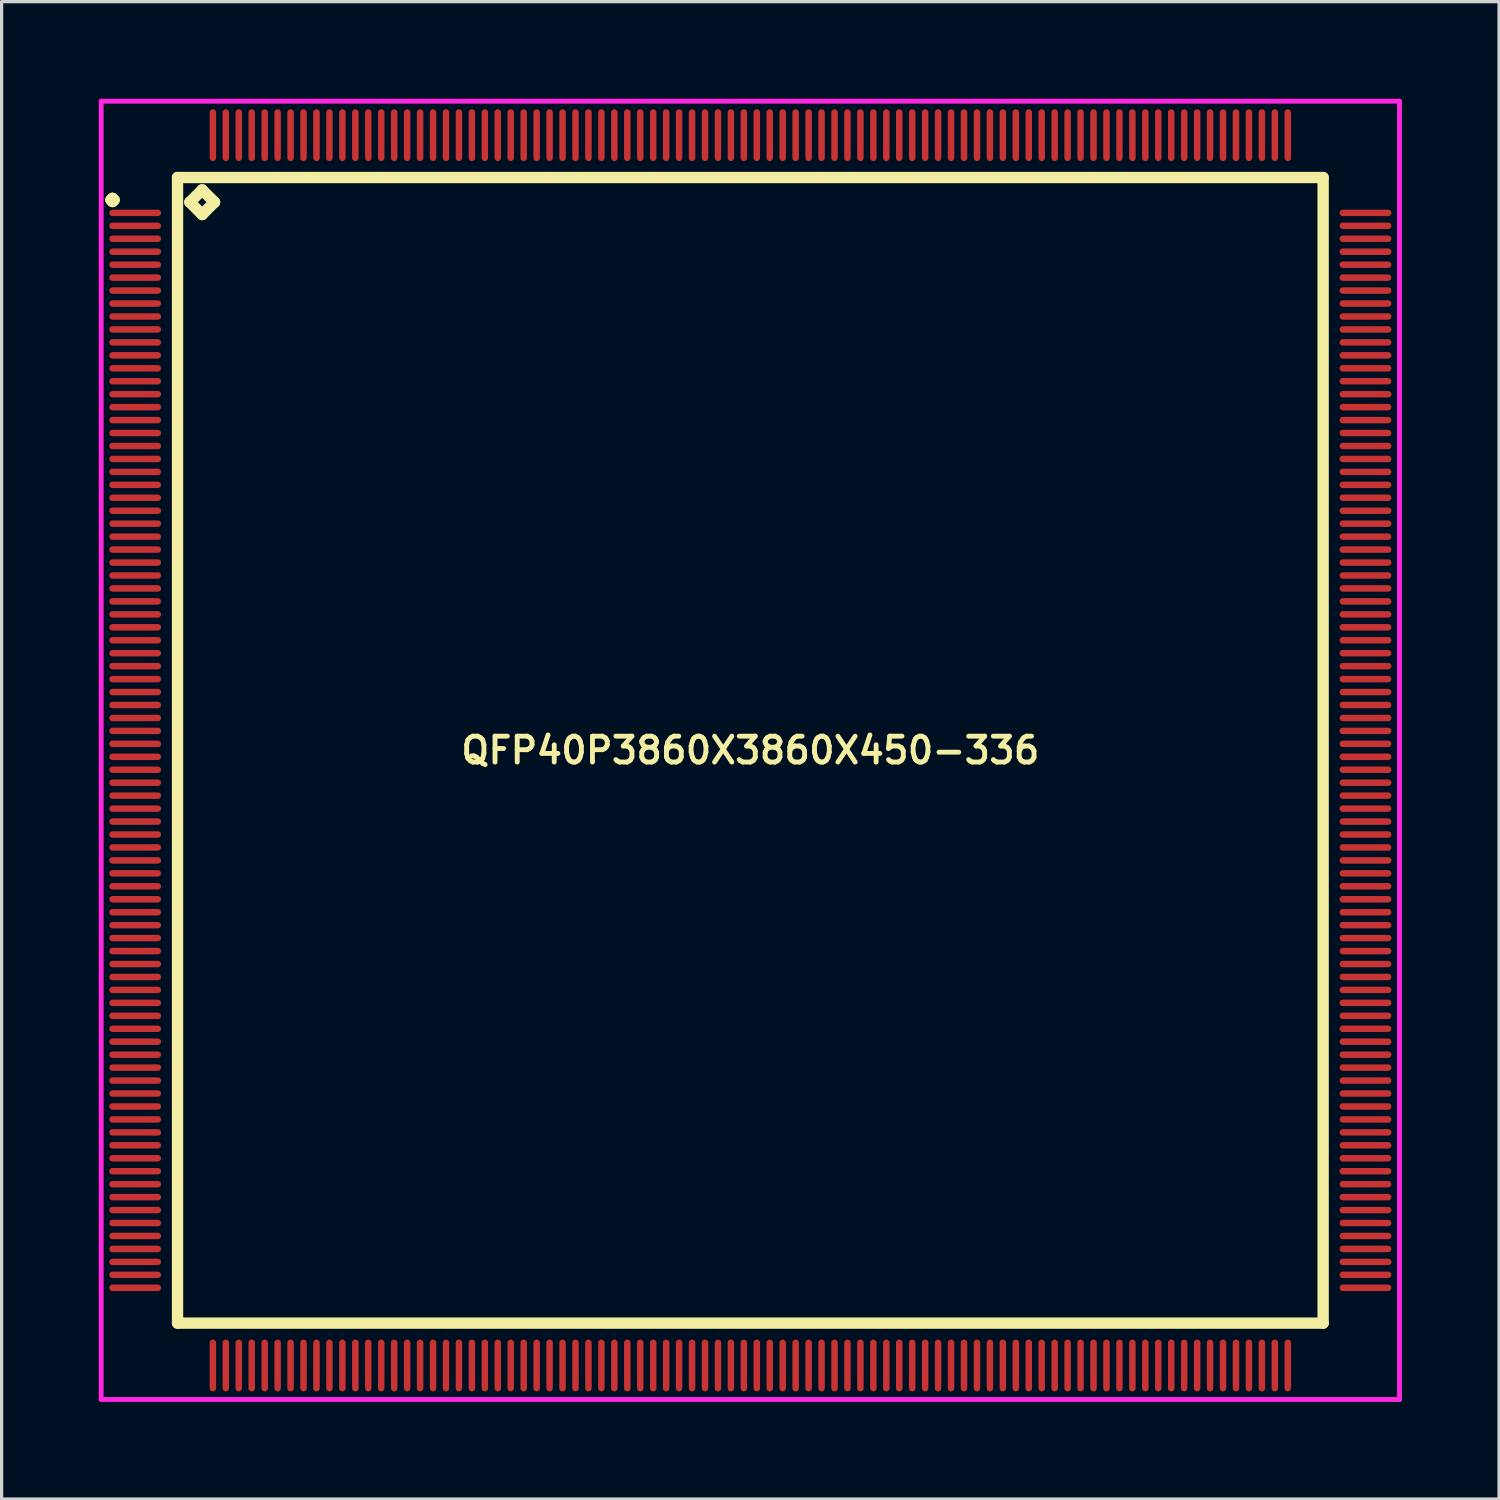
<source format=kicad_pcb>
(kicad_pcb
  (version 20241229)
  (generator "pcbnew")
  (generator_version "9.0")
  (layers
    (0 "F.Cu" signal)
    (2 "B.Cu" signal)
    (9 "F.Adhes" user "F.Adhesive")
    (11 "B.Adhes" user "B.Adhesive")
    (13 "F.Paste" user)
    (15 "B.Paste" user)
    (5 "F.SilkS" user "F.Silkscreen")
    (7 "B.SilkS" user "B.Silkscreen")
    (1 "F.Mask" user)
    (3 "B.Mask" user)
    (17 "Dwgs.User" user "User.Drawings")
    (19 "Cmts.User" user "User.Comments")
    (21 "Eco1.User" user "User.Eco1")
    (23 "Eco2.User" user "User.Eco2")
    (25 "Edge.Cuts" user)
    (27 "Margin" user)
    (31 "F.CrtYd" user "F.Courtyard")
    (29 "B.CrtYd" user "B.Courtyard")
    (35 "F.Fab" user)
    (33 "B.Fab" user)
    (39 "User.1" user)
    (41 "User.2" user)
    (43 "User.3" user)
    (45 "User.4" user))
  (footprint "QFP40P3860X3860X450-336"
    (layer "F.Cu")
    (at 20.125 20.125)
    (property "Reference" "QFP40P3860X3860X450-336" (at 0 0 0) (layer "F.SilkS") (effects (font (size 0.8 0.8) (thickness 0.15))))
    (attr smd)
    (fp_line (start -19.75 -17) (end -19.7 -17.05) (stroke (width 0.35) (type solid)) (layer "F.SilkS"))
    (fp_line (start -19.7 -17.05) (end -19.65 -17) (stroke (width 0.35) (type solid)) (layer "F.SilkS"))
    (fp_line (start -19.7 -16.95) (end -19.75 -17) (stroke (width 0.35) (type solid)) (layer "F.SilkS"))
    (fp_line (start -19.65 -17) (end -19.7 -16.95) (stroke (width 0.35) (type solid)) (layer "F.SilkS"))
    (fp_line (start -17.692 -17.692) (end -17.692 17.692) (stroke (width 0.35) (type solid)) (layer "F.SilkS"))
    (fp_line (start -17.692 17.692) (end 17.692 17.692) (stroke (width 0.35) (type solid)) (layer "F.SilkS"))
    (fp_line (start -17.311 -16.93) (end -16.93 -17.311) (stroke (width 0.35) (type solid)) (layer "F.SilkS"))
    (fp_line (start -16.93 -17.311) (end -16.549 -16.93) (stroke (width 0.35) (type solid)) (layer "F.SilkS"))
    (fp_line (start -16.93 -16.549) (end -17.311 -16.93) (stroke (width 0.35) (type solid)) (layer "F.SilkS"))
    (fp_line (start -16.549 -16.93) (end -16.93 -16.549) (stroke (width 0.35) (type solid)) (layer "F.SilkS"))
    (fp_line (start 17.692 -17.692) (end -17.692 -17.692) (stroke (width 0.35) (type solid)) (layer "F.SilkS"))
    (fp_line (start 17.692 17.692) (end 17.692 -17.692) (stroke (width 0.35) (type solid)) (layer "F.SilkS"))
    (fp_line (start -20.05 -20.05) (end 20.05 -20.05) (stroke (width 0.15) (type solid)) (layer "F.CrtYd"))
    (fp_line (start -20.05 20.05) (end -20.05 -20.05) (stroke (width 0.15) (type solid)) (layer "F.CrtYd"))
    (fp_line (start 20.05 -20.05) (end 20.05 20.05) (stroke (width 0.15) (type solid)) (layer "F.CrtYd"))
    (fp_line (start 20.05 20.05) (end -20.05 20.05) (stroke (width 0.15) (type solid)) (layer "F.CrtYd"))
    (pad "1" smd oval (at -19 -16.6) (size 1.6 0.2) (layers "F.Cu" "F.Mask" "F.Paste"))
    (pad "2" smd oval (at -19 -16.2) (size 1.6 0.2) (layers "F.Cu" "F.Mask" "F.Paste"))
    (pad "3" smd oval (at -19 -15.8) (size 1.6 0.2) (layers "F.Cu" "F.Mask" "F.Paste"))
    (pad "4" smd oval (at -19 -15.4) (size 1.6 0.2) (layers "F.Cu" "F.Mask" "F.Paste"))
    (pad "5" smd oval (at -19 -15) (size 1.6 0.2) (layers "F.Cu" "F.Mask" "F.Paste"))
    (pad "6" smd oval (at -19 -14.6) (size 1.6 0.2) (layers "F.Cu" "F.Mask" "F.Paste"))
    (pad "7" smd oval (at -19 -14.2) (size 1.6 0.2) (layers "F.Cu" "F.Mask" "F.Paste"))
    (pad "8" smd oval (at -19 -13.8) (size 1.6 0.2) (layers "F.Cu" "F.Mask" "F.Paste"))
    (pad "9" smd oval (at -19 -13.4) (size 1.6 0.2) (layers "F.Cu" "F.Mask" "F.Paste"))
    (pad "10" smd oval (at -19 -13) (size 1.6 0.2) (layers "F.Cu" "F.Mask" "F.Paste"))
    (pad "11" smd oval (at -19 -12.6) (size 1.6 0.2) (layers "F.Cu" "F.Mask" "F.Paste"))
    (pad "12" smd oval (at -19 -12.2) (size 1.6 0.2) (layers "F.Cu" "F.Mask" "F.Paste"))
    (pad "13" smd oval (at -19 -11.8) (size 1.6 0.2) (layers "F.Cu" "F.Mask" "F.Paste"))
    (pad "14" smd oval (at -19 -11.4) (size 1.6 0.2) (layers "F.Cu" "F.Mask" "F.Paste"))
    (pad "15" smd oval (at -19 -11) (size 1.6 0.2) (layers "F.Cu" "F.Mask" "F.Paste"))
    (pad "16" smd oval (at -19 -10.6) (size 1.6 0.2) (layers "F.Cu" "F.Mask" "F.Paste"))
    (pad "17" smd oval (at -19 -10.2) (size 1.6 0.2) (layers "F.Cu" "F.Mask" "F.Paste"))
    (pad "18" smd oval (at -19 -9.8) (size 1.6 0.2) (layers "F.Cu" "F.Mask" "F.Paste"))
    (pad "19" smd oval (at -19 -9.4) (size 1.6 0.2) (layers "F.Cu" "F.Mask" "F.Paste"))
    (pad "20" smd oval (at -19 -9) (size 1.6 0.2) (layers "F.Cu" "F.Mask" "F.Paste"))
    (pad "21" smd oval (at -19 -8.6) (size 1.6 0.2) (layers "F.Cu" "F.Mask" "F.Paste"))
    (pad "22" smd oval (at -19 -8.2) (size 1.6 0.2) (layers "F.Cu" "F.Mask" "F.Paste"))
    (pad "23" smd oval (at -19 -7.8) (size 1.6 0.2) (layers "F.Cu" "F.Mask" "F.Paste"))
    (pad "24" smd oval (at -19 -7.4) (size 1.6 0.2) (layers "F.Cu" "F.Mask" "F.Paste"))
    (pad "25" smd oval (at -19 -7) (size 1.6 0.2) (layers "F.Cu" "F.Mask" "F.Paste"))
    (pad "26" smd oval (at -19 -6.6) (size 1.6 0.2) (layers "F.Cu" "F.Mask" "F.Paste"))
    (pad "27" smd oval (at -19 -6.2) (size 1.6 0.2) (layers "F.Cu" "F.Mask" "F.Paste"))
    (pad "28" smd oval (at -19 -5.8) (size 1.6 0.2) (layers "F.Cu" "F.Mask" "F.Paste"))
    (pad "29" smd oval (at -19 -5.4) (size 1.6 0.2) (layers "F.Cu" "F.Mask" "F.Paste"))
    (pad "30" smd oval (at -19 -5) (size 1.6 0.2) (layers "F.Cu" "F.Mask" "F.Paste"))
    (pad "31" smd oval (at -19 -4.6) (size 1.6 0.2) (layers "F.Cu" "F.Mask" "F.Paste"))
    (pad "32" smd oval (at -19 -4.2) (size 1.6 0.2) (layers "F.Cu" "F.Mask" "F.Paste"))
    (pad "33" smd oval (at -19 -3.8) (size 1.6 0.2) (layers "F.Cu" "F.Mask" "F.Paste"))
    (pad "34" smd oval (at -19 -3.4) (size 1.6 0.2) (layers "F.Cu" "F.Mask" "F.Paste"))
    (pad "35" smd oval (at -19 -3) (size 1.6 0.2) (layers "F.Cu" "F.Mask" "F.Paste"))
    (pad "36" smd oval (at -19 -2.6) (size 1.6 0.2) (layers "F.Cu" "F.Mask" "F.Paste"))
    (pad "37" smd oval (at -19 -2.2) (size 1.6 0.2) (layers "F.Cu" "F.Mask" "F.Paste"))
    (pad "38" smd oval (at -19 -1.8) (size 1.6 0.2) (layers "F.Cu" "F.Mask" "F.Paste"))
    (pad "39" smd oval (at -19 -1.4) (size 1.6 0.2) (layers "F.Cu" "F.Mask" "F.Paste"))
    (pad "40" smd oval (at -19 -1) (size 1.6 0.2) (layers "F.Cu" "F.Mask" "F.Paste"))
    (pad "41" smd oval (at -19 -0.6) (size 1.6 0.2) (layers "F.Cu" "F.Mask" "F.Paste"))
    (pad "42" smd oval (at -19 -0.2) (size 1.6 0.2) (layers "F.Cu" "F.Mask" "F.Paste"))
    (pad "43" smd oval (at -19 0.2) (size 1.6 0.2) (layers "F.Cu" "F.Mask" "F.Paste"))
    (pad "44" smd oval (at -19 0.6) (size 1.6 0.2) (layers "F.Cu" "F.Mask" "F.Paste"))
    (pad "45" smd oval (at -19 1) (size 1.6 0.2) (layers "F.Cu" "F.Mask" "F.Paste"))
    (pad "46" smd oval (at -19 1.4) (size 1.6 0.2) (layers "F.Cu" "F.Mask" "F.Paste"))
    (pad "47" smd oval (at -19 1.8) (size 1.6 0.2) (layers "F.Cu" "F.Mask" "F.Paste"))
    (pad "48" smd oval (at -19 2.2) (size 1.6 0.2) (layers "F.Cu" "F.Mask" "F.Paste"))
    (pad "49" smd oval (at -19 2.6) (size 1.6 0.2) (layers "F.Cu" "F.Mask" "F.Paste"))
    (pad "50" smd oval (at -19 3) (size 1.6 0.2) (layers "F.Cu" "F.Mask" "F.Paste"))
    (pad "51" smd oval (at -19 3.4) (size 1.6 0.2) (layers "F.Cu" "F.Mask" "F.Paste"))
    (pad "52" smd oval (at -19 3.8) (size 1.6 0.2) (layers "F.Cu" "F.Mask" "F.Paste"))
    (pad "53" smd oval (at -19 4.2) (size 1.6 0.2) (layers "F.Cu" "F.Mask" "F.Paste"))
    (pad "54" smd oval (at -19 4.6) (size 1.6 0.2) (layers "F.Cu" "F.Mask" "F.Paste"))
    (pad "55" smd oval (at -19 5) (size 1.6 0.2) (layers "F.Cu" "F.Mask" "F.Paste"))
    (pad "56" smd oval (at -19 5.4) (size 1.6 0.2) (layers "F.Cu" "F.Mask" "F.Paste"))
    (pad "57" smd oval (at -19 5.8) (size 1.6 0.2) (layers "F.Cu" "F.Mask" "F.Paste"))
    (pad "58" smd oval (at -19 6.2) (size 1.6 0.2) (layers "F.Cu" "F.Mask" "F.Paste"))
    (pad "59" smd oval (at -19 6.6) (size 1.6 0.2) (layers "F.Cu" "F.Mask" "F.Paste"))
    (pad "60" smd oval (at -19 7) (size 1.6 0.2) (layers "F.Cu" "F.Mask" "F.Paste"))
    (pad "61" smd oval (at -19 7.4) (size 1.6 0.2) (layers "F.Cu" "F.Mask" "F.Paste"))
    (pad "62" smd oval (at -19 7.8) (size 1.6 0.2) (layers "F.Cu" "F.Mask" "F.Paste"))
    (pad "63" smd oval (at -19 8.2) (size 1.6 0.2) (layers "F.Cu" "F.Mask" "F.Paste"))
    (pad "64" smd oval (at -19 8.6) (size 1.6 0.2) (layers "F.Cu" "F.Mask" "F.Paste"))
    (pad "65" smd oval (at -19 9) (size 1.6 0.2) (layers "F.Cu" "F.Mask" "F.Paste"))
    (pad "66" smd oval (at -19 9.4) (size 1.6 0.2) (layers "F.Cu" "F.Mask" "F.Paste"))
    (pad "67" smd oval (at -19 9.8) (size 1.6 0.2) (layers "F.Cu" "F.Mask" "F.Paste"))
    (pad "68" smd oval (at -19 10.2) (size 1.6 0.2) (layers "F.Cu" "F.Mask" "F.Paste"))
    (pad "69" smd oval (at -19 10.6) (size 1.6 0.2) (layers "F.Cu" "F.Mask" "F.Paste"))
    (pad "70" smd oval (at -19 11) (size 1.6 0.2) (layers "F.Cu" "F.Mask" "F.Paste"))
    (pad "71" smd oval (at -19 11.4) (size 1.6 0.2) (layers "F.Cu" "F.Mask" "F.Paste"))
    (pad "72" smd oval (at -19 11.8) (size 1.6 0.2) (layers "F.Cu" "F.Mask" "F.Paste"))
    (pad "73" smd oval (at -19 12.2) (size 1.6 0.2) (layers "F.Cu" "F.Mask" "F.Paste"))
    (pad "74" smd oval (at -19 12.6) (size 1.6 0.2) (layers "F.Cu" "F.Mask" "F.Paste"))
    (pad "75" smd oval (at -19 13) (size 1.6 0.2) (layers "F.Cu" "F.Mask" "F.Paste"))
    (pad "76" smd oval (at -19 13.4) (size 1.6 0.2) (layers "F.Cu" "F.Mask" "F.Paste"))
    (pad "77" smd oval (at -19 13.8) (size 1.6 0.2) (layers "F.Cu" "F.Mask" "F.Paste"))
    (pad "78" smd oval (at -19 14.2) (size 1.6 0.2) (layers "F.Cu" "F.Mask" "F.Paste"))
    (pad "79" smd oval (at -19 14.6) (size 1.6 0.2) (layers "F.Cu" "F.Mask" "F.Paste"))
    (pad "80" smd oval (at -19 15) (size 1.6 0.2) (layers "F.Cu" "F.Mask" "F.Paste"))
    (pad "81" smd oval (at -19 15.4) (size 1.6 0.2) (layers "F.Cu" "F.Mask" "F.Paste"))
    (pad "82" smd oval (at -19 15.8) (size 1.6 0.2) (layers "F.Cu" "F.Mask" "F.Paste"))
    (pad "83" smd oval (at -19 16.2) (size 1.6 0.2) (layers "F.Cu" "F.Mask" "F.Paste"))
    (pad "84" smd oval (at -19 16.6) (size 1.6 0.2) (layers "F.Cu" "F.Mask" "F.Paste"))
    (pad "85" smd oval (at -16.6 19) (size 0.2 1.6) (layers "F.Cu" "F.Mask" "F.Paste"))
    (pad "86" smd oval (at -16.2 19) (size 0.2 1.6) (layers "F.Cu" "F.Mask" "F.Paste"))
    (pad "87" smd oval (at -15.8 19) (size 0.2 1.6) (layers "F.Cu" "F.Mask" "F.Paste"))
    (pad "88" smd oval (at -15.4 19) (size 0.2 1.6) (layers "F.Cu" "F.Mask" "F.Paste"))
    (pad "89" smd oval (at -15 19) (size 0.2 1.6) (layers "F.Cu" "F.Mask" "F.Paste"))
    (pad "90" smd oval (at -14.6 19) (size 0.2 1.6) (layers "F.Cu" "F.Mask" "F.Paste"))
    (pad "91" smd oval (at -14.2 19) (size 0.2 1.6) (layers "F.Cu" "F.Mask" "F.Paste"))
    (pad "92" smd oval (at -13.8 19) (size 0.2 1.6) (layers "F.Cu" "F.Mask" "F.Paste"))
    (pad "93" smd oval (at -13.4 19) (size 0.2 1.6) (layers "F.Cu" "F.Mask" "F.Paste"))
    (pad "94" smd oval (at -13 19) (size 0.2 1.6) (layers "F.Cu" "F.Mask" "F.Paste"))
    (pad "95" smd oval (at -12.6 19) (size 0.2 1.6) (layers "F.Cu" "F.Mask" "F.Paste"))
    (pad "96" smd oval (at -12.2 19) (size 0.2 1.6) (layers "F.Cu" "F.Mask" "F.Paste"))
    (pad "97" smd oval (at -11.8 19) (size 0.2 1.6) (layers "F.Cu" "F.Mask" "F.Paste"))
    (pad "98" smd oval (at -11.4 19) (size 0.2 1.6) (layers "F.Cu" "F.Mask" "F.Paste"))
    (pad "99" smd oval (at -11 19) (size 0.2 1.6) (layers "F.Cu" "F.Mask" "F.Paste"))
    (pad "100" smd oval (at -10.6 19) (size 0.2 1.6) (layers "F.Cu" "F.Mask" "F.Paste"))
    (pad "101" smd oval (at -10.2 19) (size 0.2 1.6) (layers "F.Cu" "F.Mask" "F.Paste"))
    (pad "102" smd oval (at -9.8 19) (size 0.2 1.6) (layers "F.Cu" "F.Mask" "F.Paste"))
    (pad "103" smd oval (at -9.4 19) (size 0.2 1.6) (layers "F.Cu" "F.Mask" "F.Paste"))
    (pad "104" smd oval (at -9 19) (size 0.2 1.6) (layers "F.Cu" "F.Mask" "F.Paste"))
    (pad "105" smd oval (at -8.6 19) (size 0.2 1.6) (layers "F.Cu" "F.Mask" "F.Paste"))
    (pad "106" smd oval (at -8.2 19) (size 0.2 1.6) (layers "F.Cu" "F.Mask" "F.Paste"))
    (pad "107" smd oval (at -7.8 19) (size 0.2 1.6) (layers "F.Cu" "F.Mask" "F.Paste"))
    (pad "108" smd oval (at -7.4 19) (size 0.2 1.6) (layers "F.Cu" "F.Mask" "F.Paste"))
    (pad "109" smd oval (at -7 19) (size 0.2 1.6) (layers "F.Cu" "F.Mask" "F.Paste"))
    (pad "110" smd oval (at -6.6 19) (size 0.2 1.6) (layers "F.Cu" "F.Mask" "F.Paste"))
    (pad "111" smd oval (at -6.2 19) (size 0.2 1.6) (layers "F.Cu" "F.Mask" "F.Paste"))
    (pad "112" smd oval (at -5.8 19) (size 0.2 1.6) (layers "F.Cu" "F.Mask" "F.Paste"))
    (pad "113" smd oval (at -5.4 19) (size 0.2 1.6) (layers "F.Cu" "F.Mask" "F.Paste"))
    (pad "114" smd oval (at -5 19) (size 0.2 1.6) (layers "F.Cu" "F.Mask" "F.Paste"))
    (pad "115" smd oval (at -4.6 19) (size 0.2 1.6) (layers "F.Cu" "F.Mask" "F.Paste"))
    (pad "116" smd oval (at -4.2 19) (size 0.2 1.6) (layers "F.Cu" "F.Mask" "F.Paste"))
    (pad "117" smd oval (at -3.8 19) (size 0.2 1.6) (layers "F.Cu" "F.Mask" "F.Paste"))
    (pad "118" smd oval (at -3.4 19) (size 0.2 1.6) (layers "F.Cu" "F.Mask" "F.Paste"))
    (pad "119" smd oval (at -3 19) (size 0.2 1.6) (layers "F.Cu" "F.Mask" "F.Paste"))
    (pad "120" smd oval (at -2.6 19) (size 0.2 1.6) (layers "F.Cu" "F.Mask" "F.Paste"))
    (pad "121" smd oval (at -2.2 19) (size 0.2 1.6) (layers "F.Cu" "F.Mask" "F.Paste"))
    (pad "122" smd oval (at -1.8 19) (size 0.2 1.6) (layers "F.Cu" "F.Mask" "F.Paste"))
    (pad "123" smd oval (at -1.4 19) (size 0.2 1.6) (layers "F.Cu" "F.Mask" "F.Paste"))
    (pad "124" smd oval (at -1 19) (size 0.2 1.6) (layers "F.Cu" "F.Mask" "F.Paste"))
    (pad "125" smd oval (at -0.6 19) (size 0.2 1.6) (layers "F.Cu" "F.Mask" "F.Paste"))
    (pad "126" smd oval (at -0.2 19) (size 0.2 1.6) (layers "F.Cu" "F.Mask" "F.Paste"))
    (pad "127" smd oval (at 0.2 19) (size 0.2 1.6) (layers "F.Cu" "F.Mask" "F.Paste"))
    (pad "128" smd oval (at 0.6 19) (size 0.2 1.6) (layers "F.Cu" "F.Mask" "F.Paste"))
    (pad "129" smd oval (at 1 19) (size 0.2 1.6) (layers "F.Cu" "F.Mask" "F.Paste"))
    (pad "130" smd oval (at 1.4 19) (size 0.2 1.6) (layers "F.Cu" "F.Mask" "F.Paste"))
    (pad "131" smd oval (at 1.8 19) (size 0.2 1.6) (layers "F.Cu" "F.Mask" "F.Paste"))
    (pad "132" smd oval (at 2.2 19) (size 0.2 1.6) (layers "F.Cu" "F.Mask" "F.Paste"))
    (pad "133" smd oval (at 2.6 19) (size 0.2 1.6) (layers "F.Cu" "F.Mask" "F.Paste"))
    (pad "134" smd oval (at 3 19) (size 0.2 1.6) (layers "F.Cu" "F.Mask" "F.Paste"))
    (pad "135" smd oval (at 3.4 19) (size 0.2 1.6) (layers "F.Cu" "F.Mask" "F.Paste"))
    (pad "136" smd oval (at 3.8 19) (size 0.2 1.6) (layers "F.Cu" "F.Mask" "F.Paste"))
    (pad "137" smd oval (at 4.2 19) (size 0.2 1.6) (layers "F.Cu" "F.Mask" "F.Paste"))
    (pad "138" smd oval (at 4.6 19) (size 0.2 1.6) (layers "F.Cu" "F.Mask" "F.Paste"))
    (pad "139" smd oval (at 5 19) (size 0.2 1.6) (layers "F.Cu" "F.Mask" "F.Paste"))
    (pad "140" smd oval (at 5.4 19) (size 0.2 1.6) (layers "F.Cu" "F.Mask" "F.Paste"))
    (pad "141" smd oval (at 5.8 19) (size 0.2 1.6) (layers "F.Cu" "F.Mask" "F.Paste"))
    (pad "142" smd oval (at 6.2 19) (size 0.2 1.6) (layers "F.Cu" "F.Mask" "F.Paste"))
    (pad "143" smd oval (at 6.6 19) (size 0.2 1.6) (layers "F.Cu" "F.Mask" "F.Paste"))
    (pad "144" smd oval (at 7 19) (size 0.2 1.6) (layers "F.Cu" "F.Mask" "F.Paste"))
    (pad "145" smd oval (at 7.4 19) (size 0.2 1.6) (layers "F.Cu" "F.Mask" "F.Paste"))
    (pad "146" smd oval (at 7.8 19) (size 0.2 1.6) (layers "F.Cu" "F.Mask" "F.Paste"))
    (pad "147" smd oval (at 8.2 19) (size 0.2 1.6) (layers "F.Cu" "F.Mask" "F.Paste"))
    (pad "148" smd oval (at 8.6 19) (size 0.2 1.6) (layers "F.Cu" "F.Mask" "F.Paste"))
    (pad "149" smd oval (at 9 19) (size 0.2 1.6) (layers "F.Cu" "F.Mask" "F.Paste"))
    (pad "150" smd oval (at 9.4 19) (size 0.2 1.6) (layers "F.Cu" "F.Mask" "F.Paste"))
    (pad "151" smd oval (at 9.8 19) (size 0.2 1.6) (layers "F.Cu" "F.Mask" "F.Paste"))
    (pad "152" smd oval (at 10.2 19) (size 0.2 1.6) (layers "F.Cu" "F.Mask" "F.Paste"))
    (pad "153" smd oval (at 10.6 19) (size 0.2 1.6) (layers "F.Cu" "F.Mask" "F.Paste"))
    (pad "154" smd oval (at 11 19) (size 0.2 1.6) (layers "F.Cu" "F.Mask" "F.Paste"))
    (pad "155" smd oval (at 11.4 19) (size 0.2 1.6) (layers "F.Cu" "F.Mask" "F.Paste"))
    (pad "156" smd oval (at 11.8 19) (size 0.2 1.6) (layers "F.Cu" "F.Mask" "F.Paste"))
    (pad "157" smd oval (at 12.2 19) (size 0.2 1.6) (layers "F.Cu" "F.Mask" "F.Paste"))
    (pad "158" smd oval (at 12.6 19) (size 0.2 1.6) (layers "F.Cu" "F.Mask" "F.Paste"))
    (pad "159" smd oval (at 13 19) (size 0.2 1.6) (layers "F.Cu" "F.Mask" "F.Paste"))
    (pad "160" smd oval (at 13.4 19) (size 0.2 1.6) (layers "F.Cu" "F.Mask" "F.Paste"))
    (pad "161" smd oval (at 13.8 19) (size 0.2 1.6) (layers "F.Cu" "F.Mask" "F.Paste"))
    (pad "162" smd oval (at 14.2 19) (size 0.2 1.6) (layers "F.Cu" "F.Mask" "F.Paste"))
    (pad "163" smd oval (at 14.6 19) (size 0.2 1.6) (layers "F.Cu" "F.Mask" "F.Paste"))
    (pad "164" smd oval (at 15 19) (size 0.2 1.6) (layers "F.Cu" "F.Mask" "F.Paste"))
    (pad "165" smd oval (at 15.4 19) (size 0.2 1.6) (layers "F.Cu" "F.Mask" "F.Paste"))
    (pad "166" smd oval (at 15.8 19) (size 0.2 1.6) (layers "F.Cu" "F.Mask" "F.Paste"))
    (pad "167" smd oval (at 16.2 19) (size 0.2 1.6) (layers "F.Cu" "F.Mask" "F.Paste"))
    (pad "168" smd oval (at 16.6 19) (size 0.2 1.6) (layers "F.Cu" "F.Mask" "F.Paste"))
    (pad "169" smd oval (at 19 16.6) (size 1.6 0.2) (layers "F.Cu" "F.Mask" "F.Paste"))
    (pad "170" smd oval (at 19 16.2) (size 1.6 0.2) (layers "F.Cu" "F.Mask" "F.Paste"))
    (pad "171" smd oval (at 19 15.8) (size 1.6 0.2) (layers "F.Cu" "F.Mask" "F.Paste"))
    (pad "172" smd oval (at 19 15.4) (size 1.6 0.2) (layers "F.Cu" "F.Mask" "F.Paste"))
    (pad "173" smd oval (at 19 15) (size 1.6 0.2) (layers "F.Cu" "F.Mask" "F.Paste"))
    (pad "174" smd oval (at 19 14.6) (size 1.6 0.2) (layers "F.Cu" "F.Mask" "F.Paste"))
    (pad "175" smd oval (at 19 14.2) (size 1.6 0.2) (layers "F.Cu" "F.Mask" "F.Paste"))
    (pad "176" smd oval (at 19 13.8) (size 1.6 0.2) (layers "F.Cu" "F.Mask" "F.Paste"))
    (pad "177" smd oval (at 19 13.4) (size 1.6 0.2) (layers "F.Cu" "F.Mask" "F.Paste"))
    (pad "178" smd oval (at 19 13) (size 1.6 0.2) (layers "F.Cu" "F.Mask" "F.Paste"))
    (pad "179" smd oval (at 19 12.6) (size 1.6 0.2) (layers "F.Cu" "F.Mask" "F.Paste"))
    (pad "180" smd oval (at 19 12.2) (size 1.6 0.2) (layers "F.Cu" "F.Mask" "F.Paste"))
    (pad "181" smd oval (at 19 11.8) (size 1.6 0.2) (layers "F.Cu" "F.Mask" "F.Paste"))
    (pad "182" smd oval (at 19 11.4) (size 1.6 0.2) (layers "F.Cu" "F.Mask" "F.Paste"))
    (pad "183" smd oval (at 19 11) (size 1.6 0.2) (layers "F.Cu" "F.Mask" "F.Paste"))
    (pad "184" smd oval (at 19 10.6) (size 1.6 0.2) (layers "F.Cu" "F.Mask" "F.Paste"))
    (pad "185" smd oval (at 19 10.2) (size 1.6 0.2) (layers "F.Cu" "F.Mask" "F.Paste"))
    (pad "186" smd oval (at 19 9.8) (size 1.6 0.2) (layers "F.Cu" "F.Mask" "F.Paste"))
    (pad "187" smd oval (at 19 9.4) (size 1.6 0.2) (layers "F.Cu" "F.Mask" "F.Paste"))
    (pad "188" smd oval (at 19 9) (size 1.6 0.2) (layers "F.Cu" "F.Mask" "F.Paste"))
    (pad "189" smd oval (at 19 8.6) (size 1.6 0.2) (layers "F.Cu" "F.Mask" "F.Paste"))
    (pad "190" smd oval (at 19 8.2) (size 1.6 0.2) (layers "F.Cu" "F.Mask" "F.Paste"))
    (pad "191" smd oval (at 19 7.8) (size 1.6 0.2) (layers "F.Cu" "F.Mask" "F.Paste"))
    (pad "192" smd oval (at 19 7.4) (size 1.6 0.2) (layers "F.Cu" "F.Mask" "F.Paste"))
    (pad "193" smd oval (at 19 7) (size 1.6 0.2) (layers "F.Cu" "F.Mask" "F.Paste"))
    (pad "194" smd oval (at 19 6.6) (size 1.6 0.2) (layers "F.Cu" "F.Mask" "F.Paste"))
    (pad "195" smd oval (at 19 6.2) (size 1.6 0.2) (layers "F.Cu" "F.Mask" "F.Paste"))
    (pad "196" smd oval (at 19 5.8) (size 1.6 0.2) (layers "F.Cu" "F.Mask" "F.Paste"))
    (pad "197" smd oval (at 19 5.4) (size 1.6 0.2) (layers "F.Cu" "F.Mask" "F.Paste"))
    (pad "198" smd oval (at 19 5) (size 1.6 0.2) (layers "F.Cu" "F.Mask" "F.Paste"))
    (pad "199" smd oval (at 19 4.6) (size 1.6 0.2) (layers "F.Cu" "F.Mask" "F.Paste"))
    (pad "200" smd oval (at 19 4.2) (size 1.6 0.2) (layers "F.Cu" "F.Mask" "F.Paste"))
    (pad "201" smd oval (at 19 3.8) (size 1.6 0.2) (layers "F.Cu" "F.Mask" "F.Paste"))
    (pad "202" smd oval (at 19 3.4) (size 1.6 0.2) (layers "F.Cu" "F.Mask" "F.Paste"))
    (pad "203" smd oval (at 19 3) (size 1.6 0.2) (layers "F.Cu" "F.Mask" "F.Paste"))
    (pad "204" smd oval (at 19 2.6) (size 1.6 0.2) (layers "F.Cu" "F.Mask" "F.Paste"))
    (pad "205" smd oval (at 19 2.2) (size 1.6 0.2) (layers "F.Cu" "F.Mask" "F.Paste"))
    (pad "206" smd oval (at 19 1.8) (size 1.6 0.2) (layers "F.Cu" "F.Mask" "F.Paste"))
    (pad "207" smd oval (at 19 1.4) (size 1.6 0.2) (layers "F.Cu" "F.Mask" "F.Paste"))
    (pad "208" smd oval (at 19 1) (size 1.6 0.2) (layers "F.Cu" "F.Mask" "F.Paste"))
    (pad "209" smd oval (at 19 0.6) (size 1.6 0.2) (layers "F.Cu" "F.Mask" "F.Paste"))
    (pad "210" smd oval (at 19 0.2) (size 1.6 0.2) (layers "F.Cu" "F.Mask" "F.Paste"))
    (pad "211" smd oval (at 19 -0.2) (size 1.6 0.2) (layers "F.Cu" "F.Mask" "F.Paste"))
    (pad "212" smd oval (at 19 -0.6) (size 1.6 0.2) (layers "F.Cu" "F.Mask" "F.Paste"))
    (pad "213" smd oval (at 19 -1) (size 1.6 0.2) (layers "F.Cu" "F.Mask" "F.Paste"))
    (pad "214" smd oval (at 19 -1.4) (size 1.6 0.2) (layers "F.Cu" "F.Mask" "F.Paste"))
    (pad "215" smd oval (at 19 -1.8) (size 1.6 0.2) (layers "F.Cu" "F.Mask" "F.Paste"))
    (pad "216" smd oval (at 19 -2.2) (size 1.6 0.2) (layers "F.Cu" "F.Mask" "F.Paste"))
    (pad "217" smd oval (at 19 -2.6) (size 1.6 0.2) (layers "F.Cu" "F.Mask" "F.Paste"))
    (pad "218" smd oval (at 19 -3) (size 1.6 0.2) (layers "F.Cu" "F.Mask" "F.Paste"))
    (pad "219" smd oval (at 19 -3.4) (size 1.6 0.2) (layers "F.Cu" "F.Mask" "F.Paste"))
    (pad "220" smd oval (at 19 -3.8) (size 1.6 0.2) (layers "F.Cu" "F.Mask" "F.Paste"))
    (pad "221" smd oval (at 19 -4.2) (size 1.6 0.2) (layers "F.Cu" "F.Mask" "F.Paste"))
    (pad "222" smd oval (at 19 -4.6) (size 1.6 0.2) (layers "F.Cu" "F.Mask" "F.Paste"))
    (pad "223" smd oval (at 19 -5) (size 1.6 0.2) (layers "F.Cu" "F.Mask" "F.Paste"))
    (pad "224" smd oval (at 19 -5.4) (size 1.6 0.2) (layers "F.Cu" "F.Mask" "F.Paste"))
    (pad "225" smd oval (at 19 -5.8) (size 1.6 0.2) (layers "F.Cu" "F.Mask" "F.Paste"))
    (pad "226" smd oval (at 19 -6.2) (size 1.6 0.2) (layers "F.Cu" "F.Mask" "F.Paste"))
    (pad "227" smd oval (at 19 -6.6) (size 1.6 0.2) (layers "F.Cu" "F.Mask" "F.Paste"))
    (pad "228" smd oval (at 19 -7) (size 1.6 0.2) (layers "F.Cu" "F.Mask" "F.Paste"))
    (pad "229" smd oval (at 19 -7.4) (size 1.6 0.2) (layers "F.Cu" "F.Mask" "F.Paste"))
    (pad "230" smd oval (at 19 -7.8) (size 1.6 0.2) (layers "F.Cu" "F.Mask" "F.Paste"))
    (pad "231" smd oval (at 19 -8.2) (size 1.6 0.2) (layers "F.Cu" "F.Mask" "F.Paste"))
    (pad "232" smd oval (at 19 -8.6) (size 1.6 0.2) (layers "F.Cu" "F.Mask" "F.Paste"))
    (pad "233" smd oval (at 19 -9) (size 1.6 0.2) (layers "F.Cu" "F.Mask" "F.Paste"))
    (pad "234" smd oval (at 19 -9.4) (size 1.6 0.2) (layers "F.Cu" "F.Mask" "F.Paste"))
    (pad "235" smd oval (at 19 -9.8) (size 1.6 0.2) (layers "F.Cu" "F.Mask" "F.Paste"))
    (pad "236" smd oval (at 19 -10.2) (size 1.6 0.2) (layers "F.Cu" "F.Mask" "F.Paste"))
    (pad "237" smd oval (at 19 -10.6) (size 1.6 0.2) (layers "F.Cu" "F.Mask" "F.Paste"))
    (pad "238" smd oval (at 19 -11) (size 1.6 0.2) (layers "F.Cu" "F.Mask" "F.Paste"))
    (pad "239" smd oval (at 19 -11.4) (size 1.6 0.2) (layers "F.Cu" "F.Mask" "F.Paste"))
    (pad "240" smd oval (at 19 -11.8) (size 1.6 0.2) (layers "F.Cu" "F.Mask" "F.Paste"))
    (pad "241" smd oval (at 19 -12.2) (size 1.6 0.2) (layers "F.Cu" "F.Mask" "F.Paste"))
    (pad "242" smd oval (at 19 -12.6) (size 1.6 0.2) (layers "F.Cu" "F.Mask" "F.Paste"))
    (pad "243" smd oval (at 19 -13) (size 1.6 0.2) (layers "F.Cu" "F.Mask" "F.Paste"))
    (pad "244" smd oval (at 19 -13.4) (size 1.6 0.2) (layers "F.Cu" "F.Mask" "F.Paste"))
    (pad "245" smd oval (at 19 -13.8) (size 1.6 0.2) (layers "F.Cu" "F.Mask" "F.Paste"))
    (pad "246" smd oval (at 19 -14.2) (size 1.6 0.2) (layers "F.Cu" "F.Mask" "F.Paste"))
    (pad "247" smd oval (at 19 -14.6) (size 1.6 0.2) (layers "F.Cu" "F.Mask" "F.Paste"))
    (pad "248" smd oval (at 19 -15) (size 1.6 0.2) (layers "F.Cu" "F.Mask" "F.Paste"))
    (pad "249" smd oval (at 19 -15.4) (size 1.6 0.2) (layers "F.Cu" "F.Mask" "F.Paste"))
    (pad "250" smd oval (at 19 -15.8) (size 1.6 0.2) (layers "F.Cu" "F.Mask" "F.Paste"))
    (pad "251" smd oval (at 19 -16.2) (size 1.6 0.2) (layers "F.Cu" "F.Mask" "F.Paste"))
    (pad "252" smd oval (at 19 -16.6) (size 1.6 0.2) (layers "F.Cu" "F.Mask" "F.Paste"))
    (pad "253" smd oval (at 16.6 -19) (size 0.2 1.6) (layers "F.Cu" "F.Mask" "F.Paste"))
    (pad "254" smd oval (at 16.2 -19) (size 0.2 1.6) (layers "F.Cu" "F.Mask" "F.Paste"))
    (pad "255" smd oval (at 15.8 -19) (size 0.2 1.6) (layers "F.Cu" "F.Mask" "F.Paste"))
    (pad "256" smd oval (at 15.4 -19) (size 0.2 1.6) (layers "F.Cu" "F.Mask" "F.Paste"))
    (pad "257" smd oval (at 15 -19) (size 0.2 1.6) (layers "F.Cu" "F.Mask" "F.Paste"))
    (pad "258" smd oval (at 14.6 -19) (size 0.2 1.6) (layers "F.Cu" "F.Mask" "F.Paste"))
    (pad "259" smd oval (at 14.2 -19) (size 0.2 1.6) (layers "F.Cu" "F.Mask" "F.Paste"))
    (pad "260" smd oval (at 13.8 -19) (size 0.2 1.6) (layers "F.Cu" "F.Mask" "F.Paste"))
    (pad "261" smd oval (at 13.4 -19) (size 0.2 1.6) (layers "F.Cu" "F.Mask" "F.Paste"))
    (pad "262" smd oval (at 13 -19) (size 0.2 1.6) (layers "F.Cu" "F.Mask" "F.Paste"))
    (pad "263" smd oval (at 12.6 -19) (size 0.2 1.6) (layers "F.Cu" "F.Mask" "F.Paste"))
    (pad "264" smd oval (at 12.2 -19) (size 0.2 1.6) (layers "F.Cu" "F.Mask" "F.Paste"))
    (pad "265" smd oval (at 11.8 -19) (size 0.2 1.6) (layers "F.Cu" "F.Mask" "F.Paste"))
    (pad "266" smd oval (at 11.4 -19) (size 0.2 1.6) (layers "F.Cu" "F.Mask" "F.Paste"))
    (pad "267" smd oval (at 11 -19) (size 0.2 1.6) (layers "F.Cu" "F.Mask" "F.Paste"))
    (pad "268" smd oval (at 10.6 -19) (size 0.2 1.6) (layers "F.Cu" "F.Mask" "F.Paste"))
    (pad "269" smd oval (at 10.2 -19) (size 0.2 1.6) (layers "F.Cu" "F.Mask" "F.Paste"))
    (pad "270" smd oval (at 9.8 -19) (size 0.2 1.6) (layers "F.Cu" "F.Mask" "F.Paste"))
    (pad "271" smd oval (at 9.4 -19) (size 0.2 1.6) (layers "F.Cu" "F.Mask" "F.Paste"))
    (pad "272" smd oval (at 9 -19) (size 0.2 1.6) (layers "F.Cu" "F.Mask" "F.Paste"))
    (pad "273" smd oval (at 8.6 -19) (size 0.2 1.6) (layers "F.Cu" "F.Mask" "F.Paste"))
    (pad "274" smd oval (at 8.2 -19) (size 0.2 1.6) (layers "F.Cu" "F.Mask" "F.Paste"))
    (pad "275" smd oval (at 7.8 -19) (size 0.2 1.6) (layers "F.Cu" "F.Mask" "F.Paste"))
    (pad "276" smd oval (at 7.4 -19) (size 0.2 1.6) (layers "F.Cu" "F.Mask" "F.Paste"))
    (pad "277" smd oval (at 7 -19) (size 0.2 1.6) (layers "F.Cu" "F.Mask" "F.Paste"))
    (pad "278" smd oval (at 6.6 -19) (size 0.2 1.6) (layers "F.Cu" "F.Mask" "F.Paste"))
    (pad "279" smd oval (at 6.2 -19) (size 0.2 1.6) (layers "F.Cu" "F.Mask" "F.Paste"))
    (pad "280" smd oval (at 5.8 -19) (size 0.2 1.6) (layers "F.Cu" "F.Mask" "F.Paste"))
    (pad "281" smd oval (at 5.4 -19) (size 0.2 1.6) (layers "F.Cu" "F.Mask" "F.Paste"))
    (pad "282" smd oval (at 5 -19) (size 0.2 1.6) (layers "F.Cu" "F.Mask" "F.Paste"))
    (pad "283" smd oval (at 4.6 -19) (size 0.2 1.6) (layers "F.Cu" "F.Mask" "F.Paste"))
    (pad "284" smd oval (at 4.2 -19) (size 0.2 1.6) (layers "F.Cu" "F.Mask" "F.Paste"))
    (pad "285" smd oval (at 3.8 -19) (size 0.2 1.6) (layers "F.Cu" "F.Mask" "F.Paste"))
    (pad "286" smd oval (at 3.4 -19) (size 0.2 1.6) (layers "F.Cu" "F.Mask" "F.Paste"))
    (pad "287" smd oval (at 3 -19) (size 0.2 1.6) (layers "F.Cu" "F.Mask" "F.Paste"))
    (pad "288" smd oval (at 2.6 -19) (size 0.2 1.6) (layers "F.Cu" "F.Mask" "F.Paste"))
    (pad "289" smd oval (at 2.2 -19) (size 0.2 1.6) (layers "F.Cu" "F.Mask" "F.Paste"))
    (pad "290" smd oval (at 1.8 -19) (size 0.2 1.6) (layers "F.Cu" "F.Mask" "F.Paste"))
    (pad "291" smd oval (at 1.4 -19) (size 0.2 1.6) (layers "F.Cu" "F.Mask" "F.Paste"))
    (pad "292" smd oval (at 1 -19) (size 0.2 1.6) (layers "F.Cu" "F.Mask" "F.Paste"))
    (pad "293" smd oval (at 0.6 -19) (size 0.2 1.6) (layers "F.Cu" "F.Mask" "F.Paste"))
    (pad "294" smd oval (at 0.2 -19) (size 0.2 1.6) (layers "F.Cu" "F.Mask" "F.Paste"))
    (pad "295" smd oval (at -0.2 -19) (size 0.2 1.6) (layers "F.Cu" "F.Mask" "F.Paste"))
    (pad "296" smd oval (at -0.6 -19) (size 0.2 1.6) (layers "F.Cu" "F.Mask" "F.Paste"))
    (pad "297" smd oval (at -1 -19) (size 0.2 1.6) (layers "F.Cu" "F.Mask" "F.Paste"))
    (pad "298" smd oval (at -1.4 -19) (size 0.2 1.6) (layers "F.Cu" "F.Mask" "F.Paste"))
    (pad "299" smd oval (at -1.8 -19) (size 0.2 1.6) (layers "F.Cu" "F.Mask" "F.Paste"))
    (pad "300" smd oval (at -2.2 -19) (size 0.2 1.6) (layers "F.Cu" "F.Mask" "F.Paste"))
    (pad "301" smd oval (at -2.6 -19) (size 0.2 1.6) (layers "F.Cu" "F.Mask" "F.Paste"))
    (pad "302" smd oval (at -3 -19) (size 0.2 1.6) (layers "F.Cu" "F.Mask" "F.Paste"))
    (pad "303" smd oval (at -3.4 -19) (size 0.2 1.6) (layers "F.Cu" "F.Mask" "F.Paste"))
    (pad "304" smd oval (at -3.8 -19) (size 0.2 1.6) (layers "F.Cu" "F.Mask" "F.Paste"))
    (pad "305" smd oval (at -4.2 -19) (size 0.2 1.6) (layers "F.Cu" "F.Mask" "F.Paste"))
    (pad "306" smd oval (at -4.6 -19) (size 0.2 1.6) (layers "F.Cu" "F.Mask" "F.Paste"))
    (pad "307" smd oval (at -5 -19) (size 0.2 1.6) (layers "F.Cu" "F.Mask" "F.Paste"))
    (pad "308" smd oval (at -5.4 -19) (size 0.2 1.6) (layers "F.Cu" "F.Mask" "F.Paste"))
    (pad "309" smd oval (at -5.8 -19) (size 0.2 1.6) (layers "F.Cu" "F.Mask" "F.Paste"))
    (pad "310" smd oval (at -6.2 -19) (size 0.2 1.6) (layers "F.Cu" "F.Mask" "F.Paste"))
    (pad "311" smd oval (at -6.6 -19) (size 0.2 1.6) (layers "F.Cu" "F.Mask" "F.Paste"))
    (pad "312" smd oval (at -7 -19) (size 0.2 1.6) (layers "F.Cu" "F.Mask" "F.Paste"))
    (pad "313" smd oval (at -7.4 -19) (size 0.2 1.6) (layers "F.Cu" "F.Mask" "F.Paste"))
    (pad "314" smd oval (at -7.8 -19) (size 0.2 1.6) (layers "F.Cu" "F.Mask" "F.Paste"))
    (pad "315" smd oval (at -8.2 -19) (size 0.2 1.6) (layers "F.Cu" "F.Mask" "F.Paste"))
    (pad "316" smd oval (at -8.6 -19) (size 0.2 1.6) (layers "F.Cu" "F.Mask" "F.Paste"))
    (pad "317" smd oval (at -9 -19) (size 0.2 1.6) (layers "F.Cu" "F.Mask" "F.Paste"))
    (pad "318" smd oval (at -9.4 -19) (size 0.2 1.6) (layers "F.Cu" "F.Mask" "F.Paste"))
    (pad "319" smd oval (at -9.8 -19) (size 0.2 1.6) (layers "F.Cu" "F.Mask" "F.Paste"))
    (pad "320" smd oval (at -10.2 -19) (size 0.2 1.6) (layers "F.Cu" "F.Mask" "F.Paste"))
    (pad "321" smd oval (at -10.6 -19) (size 0.2 1.6) (layers "F.Cu" "F.Mask" "F.Paste"))
    (pad "322" smd oval (at -11 -19) (size 0.2 1.6) (layers "F.Cu" "F.Mask" "F.Paste"))
    (pad "323" smd oval (at -11.4 -19) (size 0.2 1.6) (layers "F.Cu" "F.Mask" "F.Paste"))
    (pad "324" smd oval (at -11.8 -19) (size 0.2 1.6) (layers "F.Cu" "F.Mask" "F.Paste"))
    (pad "325" smd oval (at -12.2 -19) (size 0.2 1.6) (layers "F.Cu" "F.Mask" "F.Paste"))
    (pad "326" smd oval (at -12.6 -19) (size 0.2 1.6) (layers "F.Cu" "F.Mask" "F.Paste"))
    (pad "327" smd oval (at -13 -19) (size 0.2 1.6) (layers "F.Cu" "F.Mask" "F.Paste"))
    (pad "328" smd oval (at -13.4 -19) (size 0.2 1.6) (layers "F.Cu" "F.Mask" "F.Paste"))
    (pad "329" smd oval (at -13.8 -19) (size 0.2 1.6) (layers "F.Cu" "F.Mask" "F.Paste"))
    (pad "330" smd oval (at -14.2 -19) (size 0.2 1.6) (layers "F.Cu" "F.Mask" "F.Paste"))
    (pad "331" smd oval (at -14.6 -19) (size 0.2 1.6) (layers "F.Cu" "F.Mask" "F.Paste"))
    (pad "332" smd oval (at -15 -19) (size 0.2 1.6) (layers "F.Cu" "F.Mask" "F.Paste"))
    (pad "333" smd oval (at -15.4 -19) (size 0.2 1.6) (layers "F.Cu" "F.Mask" "F.Paste"))
    (pad "334" smd oval (at -15.8 -19) (size 0.2 1.6) (layers "F.Cu" "F.Mask" "F.Paste"))
    (pad "335" smd oval (at -16.2 -19) (size 0.2 1.6) (layers "F.Cu" "F.Mask" "F.Paste"))
    (pad "336" smd oval (at -16.6 -19) (size 0.2 1.6) (layers "F.Cu" "F.Mask" "F.Paste")))
  (gr_rect
    (start -3 -3)
    (end 43.25 43.25)
    (stroke (width 0.1) (type default))
    (fill no)
    (layer "Edge.Cuts")))
</source>
